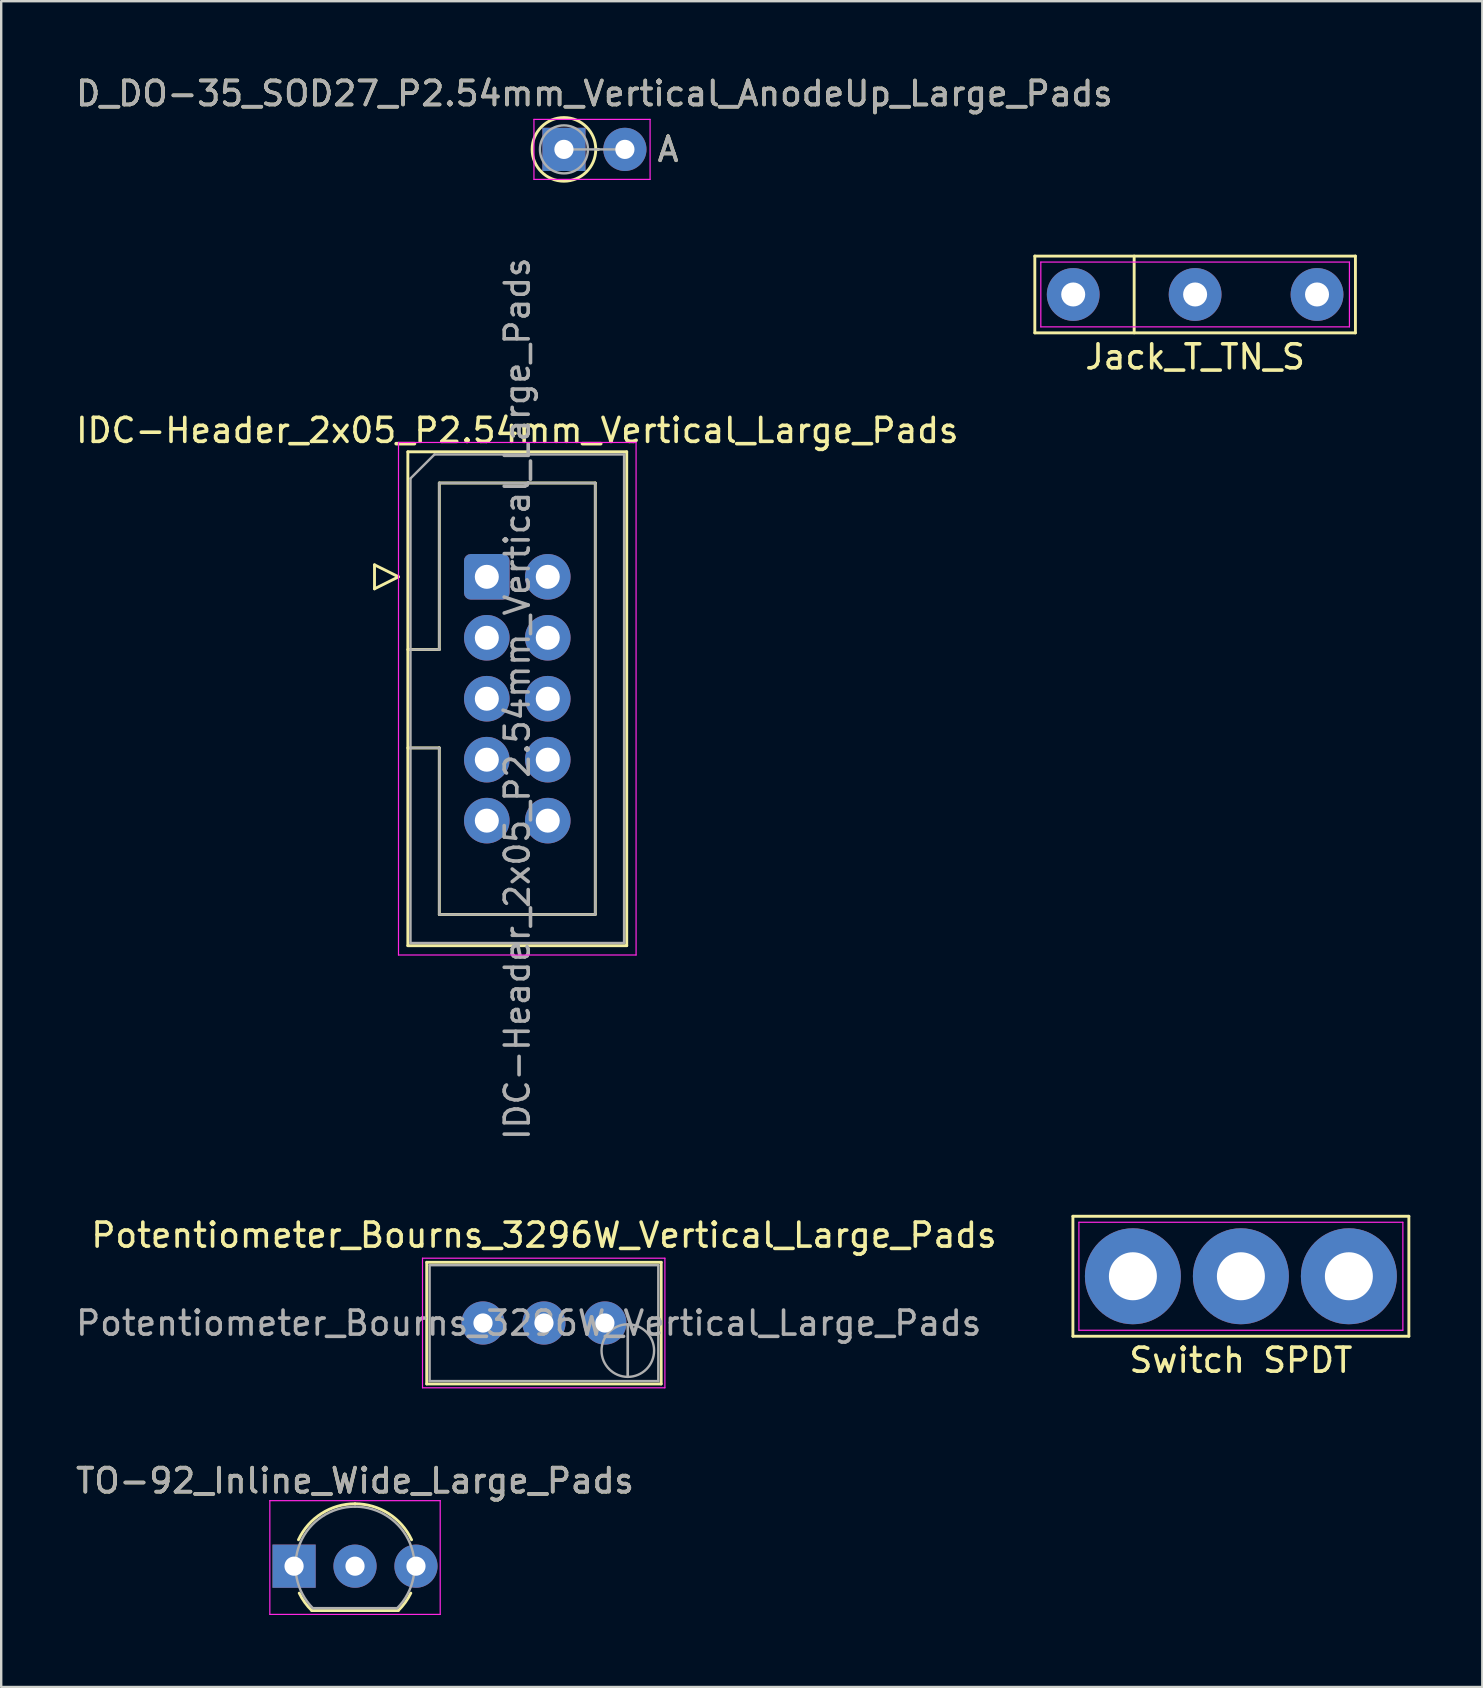
<source format=kicad_pcb>
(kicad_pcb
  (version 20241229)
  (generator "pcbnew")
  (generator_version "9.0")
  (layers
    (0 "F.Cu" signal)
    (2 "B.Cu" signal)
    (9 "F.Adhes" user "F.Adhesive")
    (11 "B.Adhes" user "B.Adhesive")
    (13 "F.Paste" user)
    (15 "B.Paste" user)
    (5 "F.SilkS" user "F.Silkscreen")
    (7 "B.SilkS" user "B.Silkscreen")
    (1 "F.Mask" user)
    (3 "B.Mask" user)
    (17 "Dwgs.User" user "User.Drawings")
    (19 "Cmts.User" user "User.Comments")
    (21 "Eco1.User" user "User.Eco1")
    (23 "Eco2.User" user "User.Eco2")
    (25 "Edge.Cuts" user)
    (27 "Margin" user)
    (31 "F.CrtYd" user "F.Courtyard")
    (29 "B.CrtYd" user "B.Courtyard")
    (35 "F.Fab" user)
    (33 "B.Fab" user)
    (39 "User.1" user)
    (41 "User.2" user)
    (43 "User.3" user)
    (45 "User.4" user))
  (footprint "Potentiometer_Bourns_3296W_Vertical_Large_Pads"
    (layer "F.Cu")
    (at 22.157 52.081)
    (property "Reference" "Potentiometer_Bourns_3296W_Vertical_Large_Pads" (at -2.54 -3.66 0) (layer "F.SilkS") (effects (font (size 1 1) (thickness 0.15))))
    (attr through_hole)
    (fp_line (start -7.425 -2.53) (end -7.425 2.54) (stroke (width 0.12) (type solid)) (layer "F.SilkS"))
    (fp_line (start -7.425 -2.53) (end 2.345 -2.53) (stroke (width 0.12) (type solid)) (layer "F.SilkS"))
    (fp_line (start -7.425 2.54) (end 2.345 2.54) (stroke (width 0.12) (type solid)) (layer "F.SilkS"))
    (fp_line (start 2.345 -2.53) (end 2.345 2.54) (stroke (width 0.12) (type solid)) (layer "F.SilkS"))
    (fp_line (start -7.6 -2.7) (end -7.6 2.7) (stroke (width 0.05) (type solid)) (layer "F.CrtYd"))
    (fp_line (start -7.6 2.7) (end 2.5 2.7) (stroke (width 0.05) (type solid)) (layer "F.CrtYd"))
    (fp_line (start 2.5 -2.7) (end -7.6 -2.7) (stroke (width 0.05) (type solid)) (layer "F.CrtYd"))
    (fp_line (start 2.5 2.7) (end 2.5 -2.7) (stroke (width 0.05) (type solid)) (layer "F.CrtYd"))
    (fp_line (start -7.305 -2.41) (end -7.305 2.42) (stroke (width 0.1) (type solid)) (layer "F.Fab"))
    (fp_line (start -7.305 2.42) (end 2.225 2.42) (stroke (width 0.1) (type solid)) (layer "F.Fab"))
    (fp_line (start 0.955 2.235) (end 0.956 0.066) (stroke (width 0.1) (type solid)) (layer "F.Fab"))
    (fp_line (start 0.955 2.235) (end 0.956 0.066) (stroke (width 0.1) (type solid)) (layer "F.Fab"))
    (fp_line (start 2.225 -2.41) (end -7.305 -2.41) (stroke (width 0.1) (type solid)) (layer "F.Fab"))
    (fp_line (start 2.225 2.42) (end 2.225 -2.41) (stroke (width 0.1) (type solid)) (layer "F.Fab"))
    (fp_circle (center 0.955 1.15) (end 2.05 1.15) (stroke (width 0.1) (type solid)) (fill no) (layer "F.Fab"))
    (fp_text user "${REFERENCE}" (at -3.175 0.005 0) (layer "F.Fab") (effects (font (size 1 1) (thickness 0.15))))
    (pad "1" thru_hole circle (at 0 0) (size 1.8 1.8) (drill 0.8) (layers "*.Cu" "*.Mask"))
    (pad "2" thru_hole circle (at -2.54 0) (size 1.8 1.8) (drill 0.8) (layers "*.Cu" "*.Mask"))
    (pad "3" thru_hole circle (at -5.08 0) (size 1.8 1.8) (drill 0.8) (layers "*.Cu" "*.Mask")))
  (footprint "Jack_T_TN_S"
    (layer "F.Cu")
    (at 46.752 9.221)
    (property "Reference" "Jack_T_TN_S" (at 0 2.6 0) (layer "F.SilkS") (effects (font (size 1 1) (thickness 0.15))))
    (attr through_hole)
    (fp_line (start -6.68 -1.6) (end 6.68 -1.6) (stroke (width 0.12) (type solid)) (layer "F.SilkS"))
    (fp_line (start -6.68 1.6) (end -6.68 -1.6) (stroke (width 0.12) (type solid)) (layer "F.SilkS"))
    (fp_line (start -2.54 -1.6) (end -2.54 1.6) (stroke (width 0.12) (type solid)) (layer "F.SilkS"))
    (fp_line (start 6.68 -1.6) (end 6.68 1.6) (stroke (width 0.12) (type solid)) (layer "F.SilkS"))
    (fp_line (start 6.68 1.6) (end -6.68 1.6) (stroke (width 0.12) (type solid)) (layer "F.SilkS"))
    (fp_line (start -6.43 -1.35) (end 6.43 -1.35) (stroke (width 0.05) (type solid)) (layer "F.CrtYd"))
    (fp_line (start -6.43 1.35) (end -6.43 -1.35) (stroke (width 0.05) (type solid)) (layer "F.CrtYd"))
    (fp_line (start 6.43 -1.35) (end 6.43 1.35) (stroke (width 0.05) (type solid)) (layer "F.CrtYd"))
    (fp_line (start 6.43 1.35) (end -6.43 1.35) (stroke (width 0.05) (type solid)) (layer "F.CrtYd"))
    (pad "S" thru_hole circle (at 5.08 0) (size 2.2 2.2) (drill 1) (layers "*.Cu" "*.Mask"))
    (pad "T" thru_hole circle (at -5.08 0) (size 2.2 2.2) (drill 1) (layers "*.Cu" "*.Mask"))
    (pad "TN" thru_hole circle (at 0 0) (size 2.2 2.2) (drill 1) (layers "*.Cu" "*.Mask")))
  (footprint "IDC-Header_2x05_P2.54mm_Vertical_Large_Pads"
    (layer "F.Cu")
    (at 17.236 20.987)
    (property "Reference" "IDC-Header_2x05_P2.54mm_Vertical_Large_Pads" (at 1.27 -6.1 0) (layer "F.SilkS") (effects (font (size 1 1) (thickness 0.15))))
    (attr through_hole)
    (fp_line (start -4.68 -0.5) (end -4.68 0.5) (stroke (width 0.12) (type solid)) (layer "F.SilkS"))
    (fp_line (start -4.68 0.5) (end -3.68 0) (stroke (width 0.12) (type solid)) (layer "F.SilkS"))
    (fp_line (start -3.68 0) (end -4.68 -0.5) (stroke (width 0.12) (type solid)) (layer "F.SilkS"))
    (fp_line (start -3.29 -5.21) (end 5.83 -5.21) (stroke (width 0.12) (type solid)) (layer "F.SilkS"))
    (fp_line (start -3.29 3.03) (end -1.98 3.03) (stroke (width 0.12) (type solid)) (layer "F.SilkS"))
    (fp_line (start -3.29 15.37) (end -3.29 -5.21) (stroke (width 0.12) (type solid)) (layer "F.SilkS"))
    (fp_line (start -1.98 -3.91) (end 4.52 -3.91) (stroke (width 0.12) (type solid)) (layer "F.SilkS"))
    (fp_line (start -1.98 3.03) (end -1.98 -3.91) (stroke (width 0.12) (type solid)) (layer "F.SilkS"))
    (fp_line (start -1.98 7.13) (end -3.29 7.13) (stroke (width 0.12) (type solid)) (layer "F.SilkS"))
    (fp_line (start -1.98 7.13) (end -1.98 7.13) (stroke (width 0.12) (type solid)) (layer "F.SilkS"))
    (fp_line (start -1.98 14.07) (end -1.98 7.13) (stroke (width 0.12) (type solid)) (layer "F.SilkS"))
    (fp_line (start 4.52 -3.91) (end 4.52 14.07) (stroke (width 0.12) (type solid)) (layer "F.SilkS"))
    (fp_line (start 4.52 14.07) (end -1.98 14.07) (stroke (width 0.12) (type solid)) (layer "F.SilkS"))
    (fp_line (start 5.83 -5.21) (end 5.83 15.37) (stroke (width 0.12) (type solid)) (layer "F.SilkS"))
    (fp_line (start 5.83 15.37) (end -3.29 15.37) (stroke (width 0.12) (type solid)) (layer "F.SilkS"))
    (fp_line (start -3.68 -5.6) (end -3.68 15.76) (stroke (width 0.05) (type solid)) (layer "F.CrtYd"))
    (fp_line (start -3.68 15.76) (end 6.22 15.76) (stroke (width 0.05) (type solid)) (layer "F.CrtYd"))
    (fp_line (start 6.22 -5.6) (end -3.68 -5.6) (stroke (width 0.05) (type solid)) (layer "F.CrtYd"))
    (fp_line (start 6.22 15.76) (end 6.22 -5.6) (stroke (width 0.05) (type solid)) (layer "F.CrtYd"))
    (fp_line (start -3.18 -4.1) (end -2.18 -5.1) (stroke (width 0.1) (type solid)) (layer "F.Fab"))
    (fp_line (start -3.18 3.03) (end -1.98 3.03) (stroke (width 0.1) (type solid)) (layer "F.Fab"))
    (fp_line (start -3.18 15.26) (end -3.18 -4.1) (stroke (width 0.1) (type solid)) (layer "F.Fab"))
    (fp_line (start -2.18 -5.1) (end 5.72 -5.1) (stroke (width 0.1) (type solid)) (layer "F.Fab"))
    (fp_line (start -1.98 -3.91) (end 4.52 -3.91) (stroke (width 0.1) (type solid)) (layer "F.Fab"))
    (fp_line (start -1.98 3.03) (end -1.98 -3.91) (stroke (width 0.1) (type solid)) (layer "F.Fab"))
    (fp_line (start -1.98 7.13) (end -3.18 7.13) (stroke (width 0.1) (type solid)) (layer "F.Fab"))
    (fp_line (start -1.98 7.13) (end -1.98 7.13) (stroke (width 0.1) (type solid)) (layer "F.Fab"))
    (fp_line (start -1.98 14.07) (end -1.98 7.13) (stroke (width 0.1) (type solid)) (layer "F.Fab"))
    (fp_line (start 4.52 -3.91) (end 4.52 14.07) (stroke (width 0.1) (type solid)) (layer "F.Fab"))
    (fp_line (start 4.52 14.07) (end -1.98 14.07) (stroke (width 0.1) (type solid)) (layer "F.Fab"))
    (fp_line (start 5.72 -5.1) (end 5.72 15.26) (stroke (width 0.1) (type solid)) (layer "F.Fab"))
    (fp_line (start 5.72 15.26) (end -3.18 15.26) (stroke (width 0.1) (type solid)) (layer "F.Fab"))
    (fp_text user "${REFERENCE}" (at 1.27 5.08 90) (layer "F.Fab") (effects (font (size 1 1) (thickness 0.15))))
    (pad "1" thru_hole roundrect (at 0 0) (size 1.9 1.9) (drill 1) (layers "*.Cu" "*.Mask") (roundrect_rratio 0.147))
    (pad "2" thru_hole circle (at 2.54 0) (size 1.9 1.9) (drill 1) (layers "*.Cu" "*.Mask"))
    (pad "3" thru_hole circle (at 0 2.54) (size 1.9 1.9) (drill 1) (layers "*.Cu" "*.Mask"))
    (pad "4" thru_hole circle (at 2.54 2.54) (size 1.9 1.9) (drill 1) (layers "*.Cu" "*.Mask"))
    (pad "5" thru_hole circle (at 0 5.08) (size 1.9 1.9) (drill 1) (layers "*.Cu" "*.Mask"))
    (pad "6" thru_hole circle (at 2.54 5.08) (size 1.9 1.9) (drill 1) (layers "*.Cu" "*.Mask"))
    (pad "7" thru_hole circle (at 0 7.62) (size 1.9 1.9) (drill 1) (layers "*.Cu" "*.Mask"))
    (pad "8" thru_hole circle (at 2.54 7.62) (size 1.9 1.9) (drill 1) (layers "*.Cu" "*.Mask"))
    (pad "9" thru_hole circle (at 0 10.16) (size 1.9 1.9) (drill 1) (layers "*.Cu" "*.Mask"))
    (pad "10" thru_hole circle (at 2.54 10.16) (size 1.9 1.9) (drill 1) (layers "*.Cu" "*.Mask")))
  (footprint "D_DO-35_SOD27_P2.54mm_Vertical_AnodeUp_Large_Pads"
    (layer "F.Cu")
    (at 20.45 3.175)
    (property "Reference" "D_DO-35_SOD27_P2.54mm_Vertical_AnodeUp_Large_Pads" (at 1.27 -2.326 0) (layer "F.SilkS") (effects (font (size 1 1) (thickness 0.15))))
    (attr through_hole)
    (fp_line (start 1.326 0) (end 1.44 0) (stroke (width 0.12) (type solid)) (layer "F.SilkS"))
    (fp_circle (center 0 0) (end 1.326 0) (stroke (width 0.12) (type solid)) (fill no) (layer "F.SilkS"))
    (fp_line (start -1.25 -1.25) (end -1.25 1.25) (stroke (width 0.05) (type solid)) (layer "F.CrtYd"))
    (fp_line (start -1.25 1.25) (end 3.59 1.25) (stroke (width 0.05) (type solid)) (layer "F.CrtYd"))
    (fp_line (start 3.59 -1.25) (end -1.25 -1.25) (stroke (width 0.05) (type solid)) (layer "F.CrtYd"))
    (fp_line (start 3.59 1.25) (end 3.59 -1.25) (stroke (width 0.05) (type solid)) (layer "F.CrtYd"))
    (fp_line (start 0 0) (end 2.54 0) (stroke (width 0.1) (type solid)) (layer "F.Fab"))
    (fp_circle (center 0 0) (end 1 0) (stroke (width 0.1) (type solid)) (fill no) (layer "F.Fab"))
    (fp_text user "A" (at 4.34 0 0) (layer "F.SilkS") (effects (font (size 1 1) (thickness 0.15))))
    (fp_text user "${REFERENCE}" (at 1.27 -2.326 0) (layer "F.Fab") (effects (font (size 1 1) (thickness 0.15))))
    (fp_text user "A" (at 4.34 0 0) (layer "F.Fab") (effects (font (size 1 1) (thickness 0.15))))
    (pad "1" thru_hole rect (at 0 0) (size 1.8 1.8) (drill 0.8) (layers "*.Cu" "*.Mask"))
    (pad "2" thru_hole oval (at 2.54 0) (size 1.8 1.8) (drill 0.8) (layers "*.Cu" "*.Mask")))
  (footprint "TO-92_Inline_Wide_Large_Pads"
    (layer "F.Cu")
    (at 9.204 62.214)
    (property "Reference" "TO-92_Inline_Wide_Large_Pads" (at 2.54 -3.56 0) (layer "F.SilkS") (effects (font (size 1 1) (thickness 0.15))))
    (attr through_hole)
    (fp_line (start 0.74 1.85) (end 4.34 1.85) (stroke (width 0.12) (type solid)) (layer "F.SilkS"))
    (fp_arc (start 0.1836 -1.098807) (mid 1.143021 -2.192817) (end 2.54 -2.6) (stroke (width 0.12) (type solid)) (layer "F.SilkS"))
    (fp_arc (start 0.74 1.85) (mid 0.446097 1.509328) (end 0.215816 1.122795) (stroke (width 0.12) (type solid)) (layer "F.SilkS"))
    (fp_arc (start 2.54 -2.6) (mid 3.936979 -2.192818) (end 4.8964 -1.098807) (stroke (width 0.12) (type solid)) (layer "F.SilkS"))
    (fp_arc (start 4.864184 1.122795) (mid 4.633903 1.509328) (end 4.34 1.85) (stroke (width 0.12) (type solid)) (layer "F.SilkS"))
    (fp_line (start -1.01 -2.73) (end -1.01 2.01) (stroke (width 0.05) (type solid)) (layer "F.CrtYd"))
    (fp_line (start -1.01 -2.73) (end 6.09 -2.73) (stroke (width 0.05) (type solid)) (layer "F.CrtYd"))
    (fp_line (start 6.09 2.01) (end -1.01 2.01) (stroke (width 0.05) (type solid)) (layer "F.CrtYd"))
    (fp_line (start 6.09 2.01) (end 6.09 -2.73) (stroke (width 0.05) (type solid)) (layer "F.CrtYd"))
    (fp_line (start 0.8 1.75) (end 4.3 1.75) (stroke (width 0.1) (type solid)) (layer "F.Fab"))
    (fp_arc (start 0.786375 1.753625) (mid 0.248779 -0.949055) (end 2.54 -2.48) (stroke (width 0.1) (type solid)) (layer "F.Fab"))
    (fp_arc (start 2.54 -2.48) (mid 4.831221 -0.949055) (end 4.293625 1.753625) (stroke (width 0.1) (type solid)) (layer "F.Fab"))
    (fp_text user "${REFERENCE}" (at 2.54 -3.56 0) (layer "F.Fab") (effects (font (size 1 1) (thickness 0.15))))
    (pad "1" thru_hole rect (at 0 0 90) (size 1.8 1.8) (drill 0.8) (layers "*.Cu" "*.Mask"))
    (pad "2" thru_hole circle (at 2.54 0 90) (size 1.8 1.8) (drill 0.8) (layers "*.Cu" "*.Mask"))
    (pad "3" thru_hole circle (at 5.08 0 90) (size 1.8 1.8) (drill 0.8) (layers "*.Cu" "*.Mask")))
  (footprint "Switch SPDT"
    (layer "F.Cu")
    (at 48.659 50.133)
    (property "Reference" "Switch SPDT" (at 0 3.5 0) (layer "F.SilkS") (effects (font (size 1 1) (thickness 0.15))))
    (attr through_hole)
    (fp_line (start -7 -2.5) (end 7 -2.5) (stroke (width 0.12) (type solid)) (layer "F.SilkS"))
    (fp_line (start -7 2.5) (end -7 -2.5) (stroke (width 0.12) (type solid)) (layer "F.SilkS"))
    (fp_line (start 7 -2.5) (end 7 2.5) (stroke (width 0.12) (type solid)) (layer "F.SilkS"))
    (fp_line (start 7 2.5) (end -7 2.5) (stroke (width 0.12) (type solid)) (layer "F.SilkS"))
    (fp_line (start -6.75 -2.25) (end 6.75 -2.25) (stroke (width 0.05) (type solid)) (layer "F.CrtYd"))
    (fp_line (start -6.75 2.25) (end -6.75 -2.25) (stroke (width 0.05) (type solid)) (layer "F.CrtYd"))
    (fp_line (start 6.75 -2.25) (end 6.75 2.25) (stroke (width 0.05) (type solid)) (layer "F.CrtYd"))
    (fp_line (start 6.75 2.25) (end -6.75 2.25) (stroke (width 0.05) (type solid)) (layer "F.CrtYd"))
    (pad "1" thru_hole circle (at -4.5 0) (size 4 4) (drill 2) (layers "*.Cu" "*.Mask"))
    (pad "2" thru_hole circle (at 0 0) (size 4 4) (drill 2) (layers "*.Cu" "*.Mask"))
    (pad "3" thru_hole circle (at 4.5 0) (size 4 4) (drill 2) (layers "*.Cu" "*.Mask")))
  (gr_rect
    (start -3 -3)
    (end 58.719 67.249)
    (stroke (width 0.1) (type default))
    (fill no)
    (layer "Edge.Cuts")))
</source>
